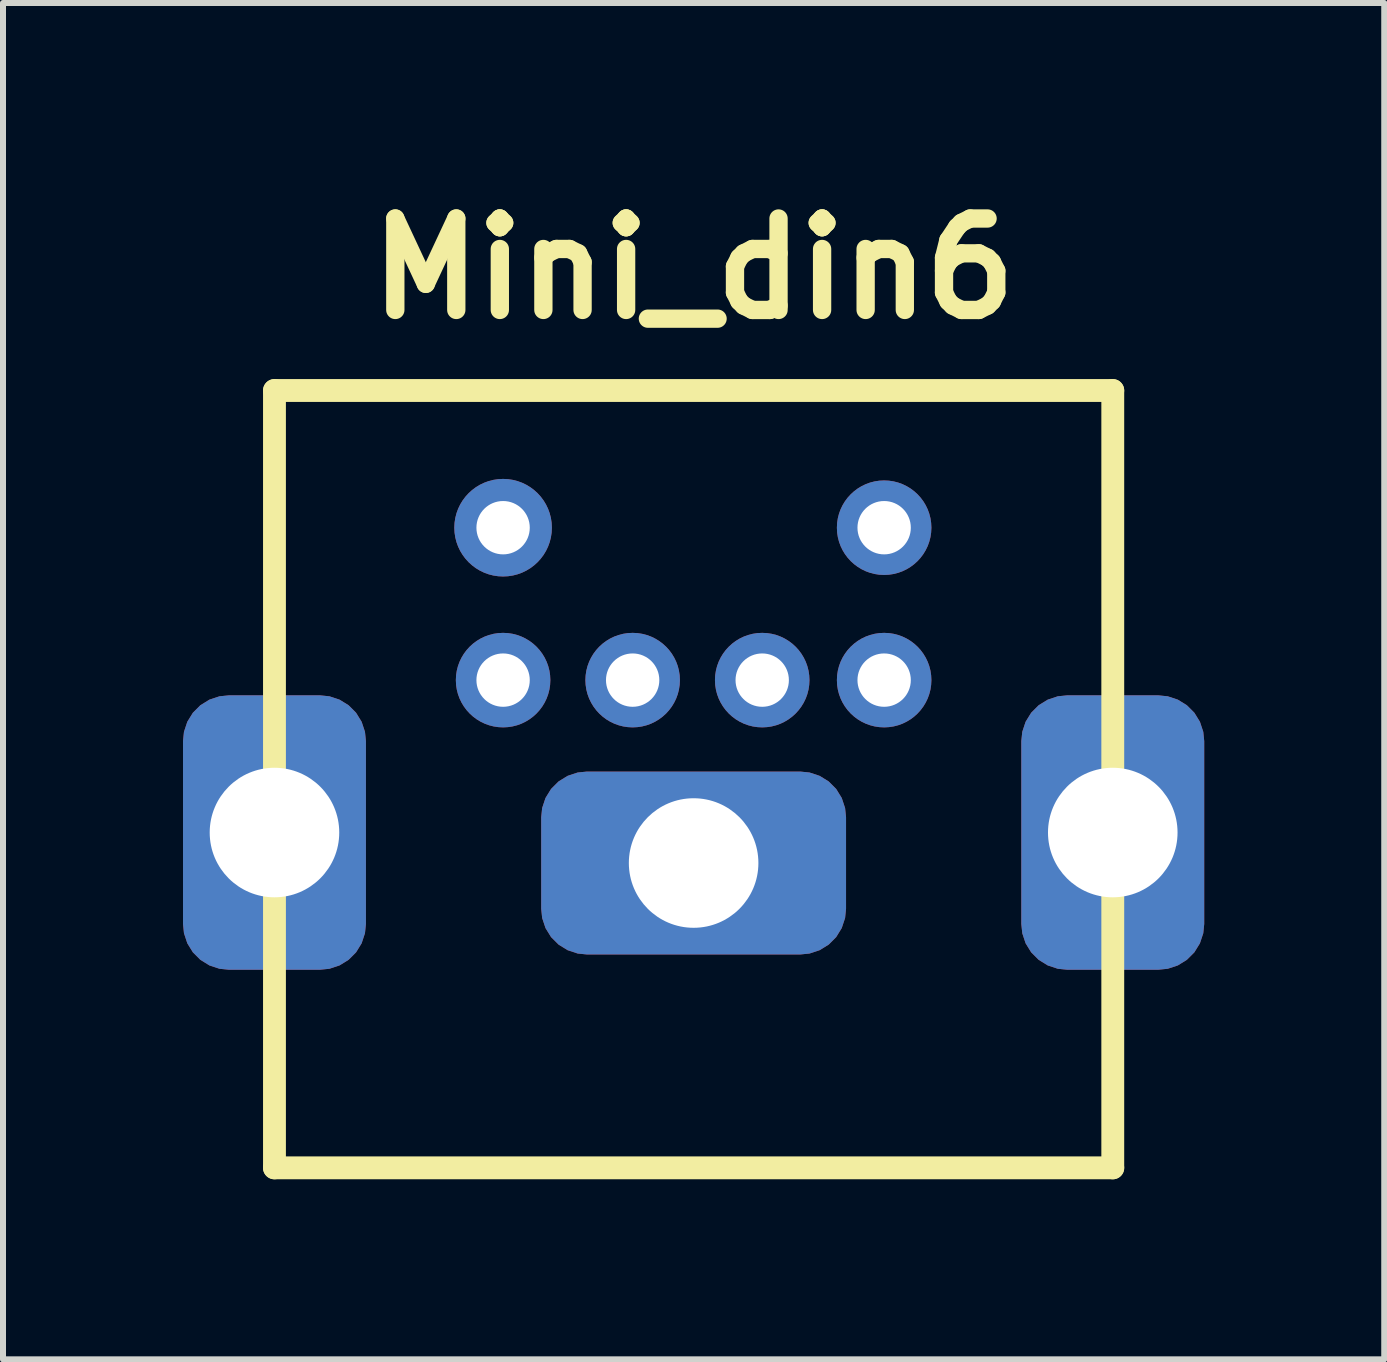
<source format=kicad_pcb>
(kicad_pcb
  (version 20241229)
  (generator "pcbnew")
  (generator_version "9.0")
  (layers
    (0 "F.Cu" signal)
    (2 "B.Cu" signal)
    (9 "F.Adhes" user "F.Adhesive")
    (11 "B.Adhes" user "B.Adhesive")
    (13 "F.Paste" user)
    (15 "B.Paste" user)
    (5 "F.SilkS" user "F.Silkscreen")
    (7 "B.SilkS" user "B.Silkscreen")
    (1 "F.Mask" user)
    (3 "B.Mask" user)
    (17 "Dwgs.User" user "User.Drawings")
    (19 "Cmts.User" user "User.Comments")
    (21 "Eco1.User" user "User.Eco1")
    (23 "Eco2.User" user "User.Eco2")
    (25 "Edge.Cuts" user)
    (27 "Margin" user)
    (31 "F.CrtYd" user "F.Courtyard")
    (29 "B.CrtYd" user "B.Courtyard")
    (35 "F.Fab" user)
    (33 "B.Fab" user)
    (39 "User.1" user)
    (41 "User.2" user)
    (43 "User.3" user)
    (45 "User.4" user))
  (footprint "Mini_din6"
    (layer "F.Cu")
    (at 8.509 9.554)
    (property "Reference" "Mini_din6" (at 0 -8.128 0) (layer "F.SilkS") (effects (font (size 1.524 1.524) (thickness 0.305))))
    (attr through_hole)
    (fp_line (start -6.985 6.858) (end -6.985 -6.096) (stroke (width 0.381) (type solid)) (layer "F.SilkS"))
    (fp_line (start 6.985 -6.096) (end -6.985 -6.096) (stroke (width 0.381) (type solid)) (layer "F.SilkS"))
    (fp_line (start 6.985 -6.096) (end 6.985 6.858) (stroke (width 0.381) (type solid)) (layer "F.SilkS"))
    (fp_line (start 6.985 6.858) (end -6.985 6.858) (stroke (width 0.381) (type solid)) (layer "F.SilkS"))
    (pad "1" thru_hole circle (at 1.143 -1.27) (size 1.575 1.575) (drill 0.889) (layers "*.Cu" "*.Mask"))
    (pad "2" thru_hole circle (at -1.016 -1.27) (size 1.575 1.575) (drill 0.889) (layers "*.Cu" "*.Mask"))
    (pad "3" thru_hole circle (at 3.175 -1.27) (size 1.575 1.575) (drill 0.889) (layers "*.Cu" "*.Mask"))
    (pad "4" thru_hole circle (at -3.175 -1.27) (size 1.575 1.575) (drill 0.889) (layers "*.Cu" "*.Mask"))
    (pad "5" thru_hole circle (at 3.175 -3.81) (size 1.575 1.575) (drill 0.889) (layers "*.Cu" "*.Mask"))
    (pad "6" thru_hole circle (at -3.175 -3.81) (size 1.626 1.626) (drill 0.889) (layers "*.Cu" "*.Mask"))
    (pad "GND" thru_hole roundrect (at -6.985 1.27) (size 3.048 4.572) (drill 2.159) (layers "*.Cu" "*.Mask") (roundrect_rratio 0.25))
    (pad "GND" thru_hole roundrect (at 0 1.778) (size 5.08 3.048) (drill 2.159) (layers "*.Cu" "*.Mask") (roundrect_rratio 0.25))
    (pad "GND" thru_hole roundrect (at 6.985 1.27) (size 3.048 4.572) (drill 2.159) (layers "*.Cu" "*.Mask") (roundrect_rratio 0.25)))
  (gr_rect
    (start -3 -3)
    (end 20.018 19.603)
    (stroke (width 0.1) (type default))
    (fill no)
    (layer "Edge.Cuts")))
</source>
